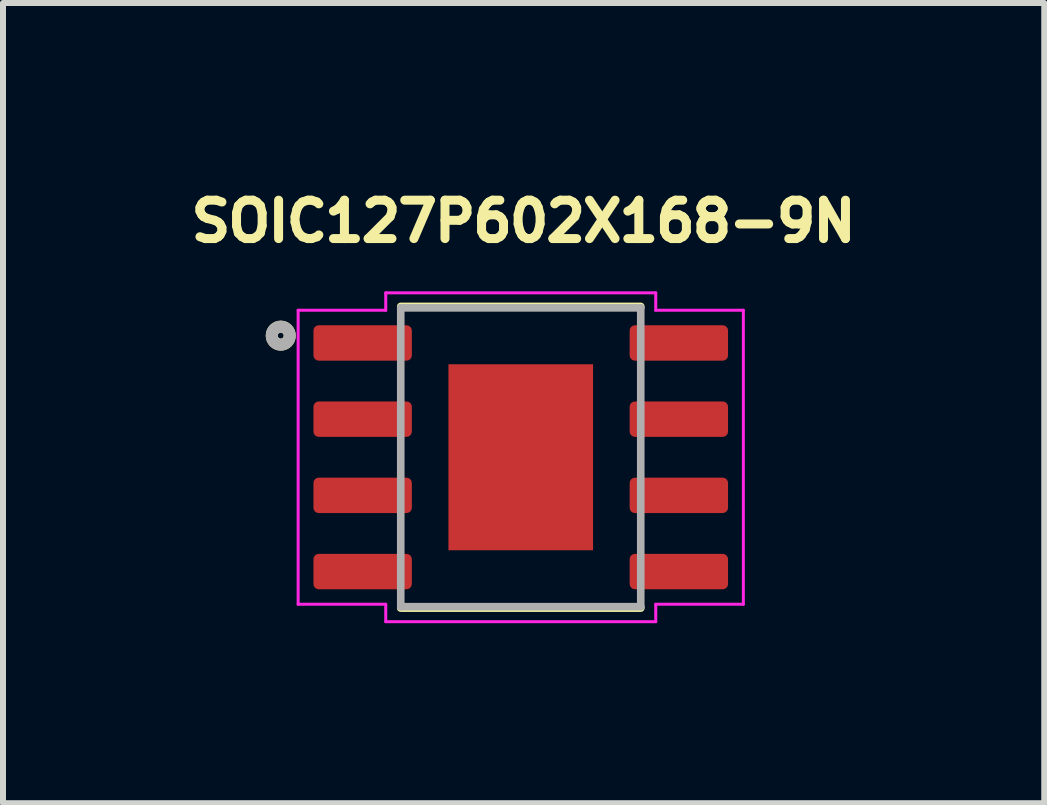
<source format=kicad_pcb>
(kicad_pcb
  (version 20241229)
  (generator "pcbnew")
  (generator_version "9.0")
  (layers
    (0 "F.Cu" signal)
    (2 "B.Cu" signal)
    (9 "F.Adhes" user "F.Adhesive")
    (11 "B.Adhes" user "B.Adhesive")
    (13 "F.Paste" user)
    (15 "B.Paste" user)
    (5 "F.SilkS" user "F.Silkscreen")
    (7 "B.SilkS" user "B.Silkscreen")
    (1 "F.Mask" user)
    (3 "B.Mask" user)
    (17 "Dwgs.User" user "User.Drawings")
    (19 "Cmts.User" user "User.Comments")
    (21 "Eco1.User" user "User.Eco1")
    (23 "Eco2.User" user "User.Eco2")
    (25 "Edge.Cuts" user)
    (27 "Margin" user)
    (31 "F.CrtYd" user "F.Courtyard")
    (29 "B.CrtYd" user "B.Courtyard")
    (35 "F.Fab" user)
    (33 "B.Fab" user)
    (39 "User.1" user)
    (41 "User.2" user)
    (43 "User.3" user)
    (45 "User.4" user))
  (footprint "SOIC127P602X168-9N"
    (layer "F.Cu")
    (at 5.629 4.571)
    (property "Reference" "SOIC127P602X168-9N" (at 0.048 -3.933 0) (layer "F.SilkS") (effects (font (size 0.64 0.64) (thickness 0.15))))
    (attr smd)
    (fp_line (start -2 -2.514) (end 2 -2.514) (stroke (width 0.127) (type solid)) (layer "F.SilkS"))
    (fp_line (start -2 2.514) (end 2 2.514) (stroke (width 0.127) (type solid)) (layer "F.SilkS"))
    (fp_circle (center -4 -2.027) (end -3.95 -2.027) (stroke (width 0.2) (type solid)) (fill no) (layer "F.SilkS"))
    (fp_poly (pts (xy -0.94 -1.28) (xy -0.13 -1.28) (xy -0.13 -0.13) (xy -0.94 -0.13)) (stroke (width 0.01) (type solid)) (fill yes) (layer "F.Paste"))
    (fp_poly (pts (xy -0.94 0.13) (xy -0.13 0.13) (xy -0.13 1.28) (xy -0.94 1.28)) (stroke (width 0.01) (type solid)) (fill yes) (layer "F.Paste"))
    (fp_poly (pts (xy 0.13 -1.28) (xy 0.94 -1.28) (xy 0.94 -0.13) (xy 0.13 -0.13)) (stroke (width 0.01) (type solid)) (fill yes) (layer "F.Paste"))
    (fp_poly (pts (xy 0.13 0.13) (xy 0.94 0.13) (xy 0.94 1.28) (xy 0.13 1.28)) (stroke (width 0.01) (type solid)) (fill yes) (layer "F.Paste"))
    (fp_line (start -3.71 -2.45) (end -3.71 2.45) (stroke (width 0.05) (type solid)) (layer "F.CrtYd"))
    (fp_line (start -3.71 2.45) (end -2.25 2.45) (stroke (width 0.05) (type solid)) (layer "F.CrtYd"))
    (fp_line (start -2.25 -2.74) (end -2.25 -2.45) (stroke (width 0.05) (type solid)) (layer "F.CrtYd"))
    (fp_line (start -2.25 -2.45) (end -3.71 -2.45) (stroke (width 0.05) (type solid)) (layer "F.CrtYd"))
    (fp_line (start -2.25 2.45) (end -2.25 2.74) (stroke (width 0.05) (type solid)) (layer "F.CrtYd"))
    (fp_line (start -2.25 2.74) (end 2.25 2.74) (stroke (width 0.05) (type solid)) (layer "F.CrtYd"))
    (fp_line (start 2.25 -2.74) (end -2.25 -2.74) (stroke (width 0.05) (type solid)) (layer "F.CrtYd"))
    (fp_line (start 2.25 -2.45) (end 2.25 -2.74) (stroke (width 0.05) (type solid)) (layer "F.CrtYd"))
    (fp_line (start 2.25 2.45) (end 3.71 2.45) (stroke (width 0.05) (type solid)) (layer "F.CrtYd"))
    (fp_line (start 2.25 2.74) (end 2.25 2.45) (stroke (width 0.05) (type solid)) (layer "F.CrtYd"))
    (fp_line (start 3.71 -2.45) (end 2.25 -2.45) (stroke (width 0.05) (type solid)) (layer "F.CrtYd"))
    (fp_line (start 3.71 2.45) (end 3.71 -2.45) (stroke (width 0.05) (type solid)) (layer "F.CrtYd"))
    (fp_line (start -2 -2.49) (end 2 -2.49) (stroke (width 0.127) (type solid)) (layer "F.Fab"))
    (fp_line (start -2 2.49) (end -2 -2.49) (stroke (width 0.127) (type solid)) (layer "F.Fab"))
    (fp_line (start 2 -2.49) (end 2 2.49) (stroke (width 0.127) (type solid)) (layer "F.Fab"))
    (fp_line (start 2 2.49) (end -2 2.49) (stroke (width 0.127) (type solid)) (layer "F.Fab"))
    (fp_circle (center -4 -2.027) (end -3.95 -2.027) (stroke (width 0.2) (type solid)) (fill no) (layer "F.Fab"))
    (pad "1" smd roundrect (at -2.635 -1.905) (size 1.64 0.59) (layers "F.Cu" "F.Mask" "F.Paste") (roundrect_rratio 0.15))
    (pad "2" smd roundrect (at -2.635 -0.635) (size 1.64 0.59) (layers "F.Cu" "F.Mask" "F.Paste") (roundrect_rratio 0.15))
    (pad "3" smd roundrect (at -2.635 0.635) (size 1.64 0.59) (layers "F.Cu" "F.Mask" "F.Paste") (roundrect_rratio 0.15))
    (pad "4" smd roundrect (at -2.635 1.905) (size 1.64 0.59) (layers "F.Cu" "F.Mask" "F.Paste") (roundrect_rratio 0.15))
    (pad "5" smd roundrect (at 2.635 1.905 180) (size 1.64 0.59) (layers "F.Cu" "F.Mask" "F.Paste") (roundrect_rratio 0.15))
    (pad "6" smd roundrect (at 2.635 0.635 180) (size 1.64 0.59) (layers "F.Cu" "F.Mask" "F.Paste") (roundrect_rratio 0.15))
    (pad "7" smd roundrect (at 2.635 -0.635) (size 1.64 0.59) (layers "F.Cu" "F.Mask" "F.Paste") (roundrect_rratio 0.15))
    (pad "8" smd roundrect (at 2.635 -1.905) (size 1.64 0.59) (layers "F.Cu" "F.Mask" "F.Paste") (roundrect_rratio 0.15))
    (pad "9" smd rect (at 0 0 90) (size 3.1 2.41) (layers "F.Cu" "F.Mask")))
  (gr_rect
    (start -3 -3)
    (end 14.354 10.336)
    (stroke (width 0.1) (type default))
    (fill no)
    (layer "Edge.Cuts")))
</source>
